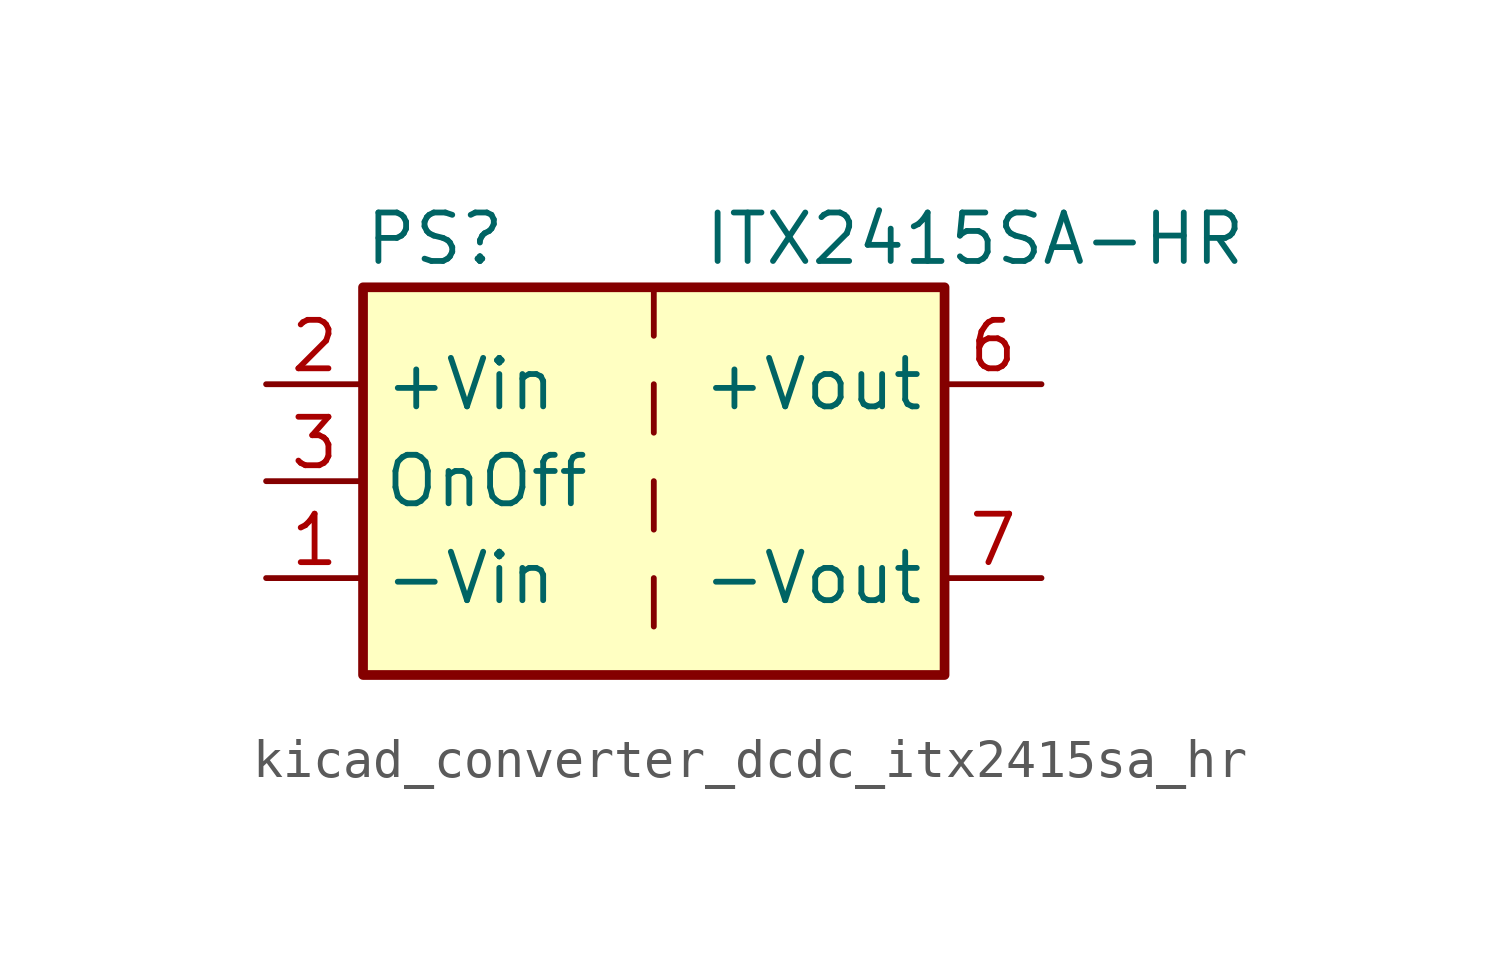
<source format=kicad_sym>
(kicad_symbol_lib
  (version 20220914)
  (generator kicad_symbol_editor)
  (symbol "kicad_converter_dcdc_itx2415sa_hr"
    (property "Reference" "PS"
      (at -7.62 6.35 0)
      (effects (font (size 1.27 1.27)) (justify left)))
    (property "Value" "ITX2415SA-HR"
      (at 1.27 6.35 0)
      (effects (font (size 1.27 1.27)) (justify left)))
    (symbol "kicad_converter_dcdc_itx2415sa_hr_0_0"
      (pin power_in line (at -10.16 -2.54 0) (length 2.54) (name "-Vin" (effects (font (size 1.27 1.27)))) (number "1" (effects (font (size 1.27 1.27)))))
      (pin power_in line (at -10.16 2.54 0) (length 2.54) (name "+Vin" (effects (font (size 1.27 1.27)))) (number "2" (effects (font (size 1.27 1.27)))))
      (pin input line (at -10.16 0 0) (length 2.54) (name "OnOff" (effects (font (size 1.27 1.27)))) (number "3" (effects (font (size 1.27 1.27)))))
      (pin no_connect line (at 0 5.08 270) (length 2.54) hide (name "NC" (effects (font (size 1.27 1.27)))) (number "5" (effects (font (size 1.27 1.27)))))
      (pin power_out line (at 10.16 2.54 180) (length 2.54) (name "+Vout" (effects (font (size 1.27 1.27)))) (number "6" (effects (font (size 1.27 1.27)))))
      (pin power_out line (at 10.16 -2.54 180) (length 2.54) (name "-Vout" (effects (font (size 1.27 1.27)))) (number "7" (effects (font (size 1.27 1.27)))))
      (pin no_connect line (at 7.62 0 180) (length 2.54) hide (name "NC" (effects (font (size 1.27 1.27)))) (number "8" (effects (font (size 1.27 1.27))))))
    (symbol "kicad_converter_dcdc_itx2415sa_hr_0_1"
      (rectangle (start -7.62 5.08) (end 7.62 -5.08) (stroke (width 0.254) (type default)) (fill (type background)))
      (polyline (pts (xy 0 -2.54) (xy 0 -3.81)) (stroke (width 0) (type default)) (fill (type none)))
      (polyline (pts (xy 0 0) (xy 0 -1.27)) (stroke (width 0) (type default)) (fill (type none)))
      (polyline (pts (xy 0 2.54) (xy 0 1.27)) (stroke (width 0) (type default)) (fill (type none)))
      (polyline (pts (xy 0 5.08) (xy 0 3.81)) (stroke (width 0) (type default)) (fill (type none))))))
</source>
